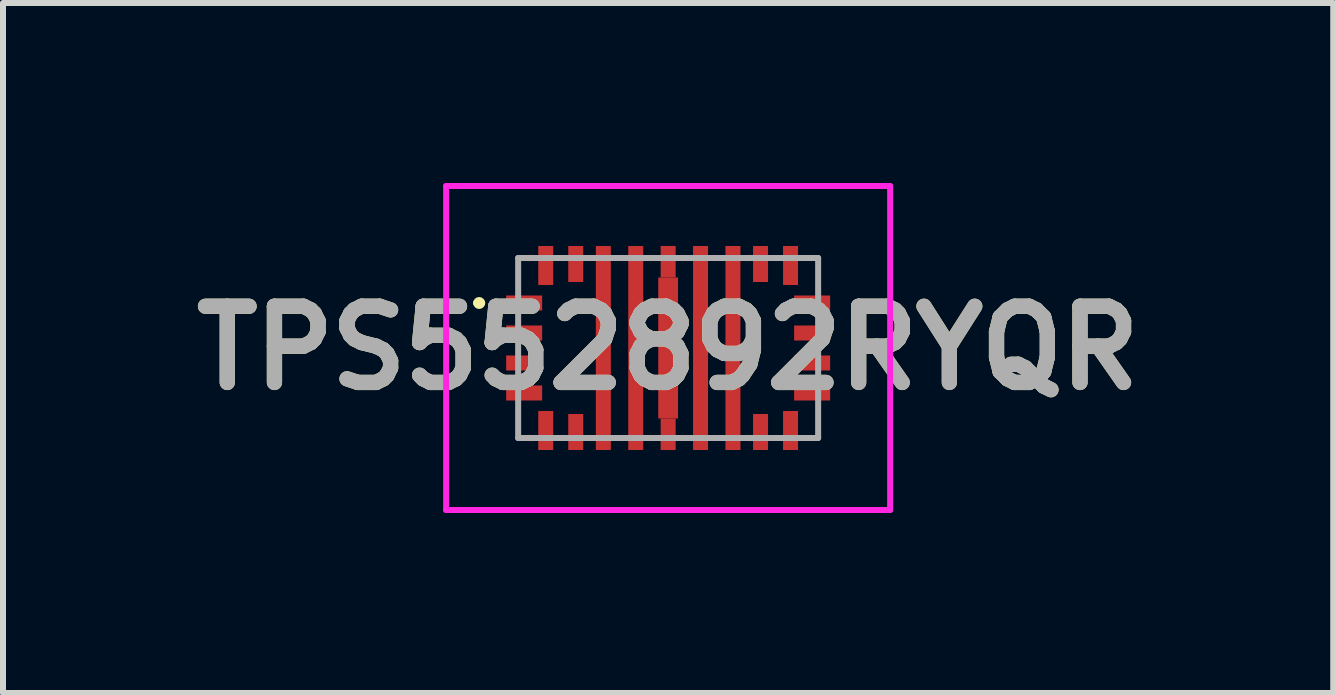
<source format=kicad_pcb>
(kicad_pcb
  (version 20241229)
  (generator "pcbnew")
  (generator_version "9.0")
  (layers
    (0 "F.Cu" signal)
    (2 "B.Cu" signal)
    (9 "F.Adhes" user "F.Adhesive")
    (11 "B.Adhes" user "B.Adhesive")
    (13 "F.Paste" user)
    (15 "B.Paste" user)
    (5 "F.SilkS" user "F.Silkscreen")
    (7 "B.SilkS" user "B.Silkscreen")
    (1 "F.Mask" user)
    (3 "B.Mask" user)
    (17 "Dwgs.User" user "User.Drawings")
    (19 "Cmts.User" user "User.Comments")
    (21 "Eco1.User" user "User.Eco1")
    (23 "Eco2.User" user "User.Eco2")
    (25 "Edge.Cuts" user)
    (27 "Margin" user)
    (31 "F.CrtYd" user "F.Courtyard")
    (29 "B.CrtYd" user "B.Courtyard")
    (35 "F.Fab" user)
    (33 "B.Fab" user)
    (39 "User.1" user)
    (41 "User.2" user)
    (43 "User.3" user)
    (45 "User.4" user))
  (footprint "TPS552892RYQR"
    (layer "F.Cu")
    (at 8.086 2.75)
    (property "Reference" "TPS552892RYQR" (at 0 0 0) (layer "F.SilkS") (effects (font (size 1.27 1.27) (thickness 0.254))))
    (attr smd)
    (fp_line (start -3.2 -0.75) (end -3.2 -0.75) (stroke (width 0.1) (type solid)) (layer "F.SilkS"))
    (fp_line (start -3.1 -0.75) (end -3.1 -0.75) (stroke (width 0.1) (type solid)) (layer "F.SilkS"))
    (fp_arc (start -3.2 -0.75) (mid -3.15 -0.8) (end -3.1 -0.75) (stroke (width 0.1) (type solid)) (layer "F.SilkS"))
    (fp_arc (start -3.1 -0.75) (mid -3.15 -0.7) (end -3.2 -0.75) (stroke (width 0.1) (type solid)) (layer "F.SilkS"))
    (fp_line (start -3.7 -2.7) (end 3.7 -2.7) (stroke (width 0.1) (type solid)) (layer "F.CrtYd"))
    (fp_line (start -3.7 2.7) (end -3.7 -2.7) (stroke (width 0.1) (type solid)) (layer "F.CrtYd"))
    (fp_line (start 3.7 -2.7) (end 3.7 2.7) (stroke (width 0.1) (type solid)) (layer "F.CrtYd"))
    (fp_line (start 3.7 2.7) (end -3.7 2.7) (stroke (width 0.1) (type solid)) (layer "F.CrtYd"))
    (fp_line (start -2.5 -1.5) (end 2.5 -1.5) (stroke (width 0.1) (type solid)) (layer "F.Fab"))
    (fp_line (start -2.5 1.5) (end -2.5 -1.5) (stroke (width 0.1) (type solid)) (layer "F.Fab"))
    (fp_line (start 2.5 -1.5) (end 2.5 1.5) (stroke (width 0.1) (type solid)) (layer "F.Fab"))
    (fp_line (start 2.5 1.5) (end -2.5 1.5) (stroke (width 0.1) (type solid)) (layer "F.Fab"))
    (fp_text user "${REFERENCE}" (at 0 0 0) (layer "F.Fab") (effects (font (size 1.27 1.27) (thickness 0.254))))
    (pad "1" smd rect (at -2.4 -0.75 90) (size 0.25 0.6) (layers "F.Cu" "F.Mask" "F.Paste"))
    (pad "2" smd rect (at -2.4 -0.25 90) (size 0.25 0.6) (layers "F.Cu" "F.Mask" "F.Paste"))
    (pad "3" smd rect (at -2.4 0.25 90) (size 0.25 0.6) (layers "F.Cu" "F.Mask" "F.Paste"))
    (pad "4" smd rect (at -2.4 0.75 90) (size 0.25 0.6) (layers "F.Cu" "F.Mask" "F.Paste"))
    (pad "5" smd rect (at -2.04 1.375) (size 0.25 0.65) (layers "F.Cu" "F.Mask" "F.Paste"))
    (pad "6" smd rect (at -1.54 1.4) (size 0.25 0.6) (layers "F.Cu" "F.Mask" "F.Paste"))
    (pad "7" smd rect (at -1.08 0) (size 0.25 3.4) (layers "F.Cu" "F.Mask" "F.Paste"))
    (pad "8" smd rect (at -0.54 0) (size 0.25 3.4) (layers "F.Cu" "F.Mask" "F.Paste"))
    (pad "9" smd rect (at 0 0) (size 0.33 2.35) (layers "F.Cu" "F.Mask" "F.Paste"))
    (pad "10" smd rect (at 0.54 0) (size 0.25 3.4) (layers "F.Cu" "F.Mask" "F.Paste"))
    (pad "11" smd rect (at 1.08 0) (size 0.25 3.4) (layers "F.Cu" "F.Mask" "F.Paste"))
    (pad "12" smd rect (at 1.54 1.4) (size 0.25 0.6) (layers "F.Cu" "F.Mask" "F.Paste"))
    (pad "13" smd rect (at 2.04 1.375) (size 0.25 0.65) (layers "F.Cu" "F.Mask" "F.Paste"))
    (pad "14" smd rect (at 2.4 0.75 90) (size 0.25 0.6) (layers "F.Cu" "F.Mask" "F.Paste"))
    (pad "15" smd rect (at 2.4 0.25 90) (size 0.25 0.6) (layers "F.Cu" "F.Mask" "F.Paste"))
    (pad "16" smd rect (at 2.4 -0.25 90) (size 0.25 0.6) (layers "F.Cu" "F.Mask" "F.Paste"))
    (pad "17" smd rect (at 2.4 -0.75 90) (size 0.25 0.6) (layers "F.Cu" "F.Mask" "F.Paste"))
    (pad "18" smd rect (at 2.04 -1.375) (size 0.25 0.65) (layers "F.Cu" "F.Mask" "F.Paste"))
    (pad "19" smd rect (at 1.54 -1.4) (size 0.25 0.6) (layers "F.Cu" "F.Mask" "F.Paste"))
    (pad "20" smd rect (at -1.54 -1.4) (size 0.25 0.6) (layers "F.Cu" "F.Mask" "F.Paste"))
    (pad "21" smd rect (at -2.04 -1.375) (size 0.25 0.65) (layers "F.Cu" "F.Mask" "F.Paste"))
    (pad "22" smd rect (at 0 1.438) (size 0.25 0.525) (layers "F.Cu" "F.Mask" "F.Paste"))
    (pad "23" smd rect (at 0 -1.438) (size 0.25 0.525) (layers "F.Cu" "F.Mask" "F.Paste")))
  (gr_rect
    (start -3 -3)
    (end 19.171 8.5)
    (stroke (width 0.1) (type default))
    (fill no)
    (layer "Edge.Cuts")))
</source>
